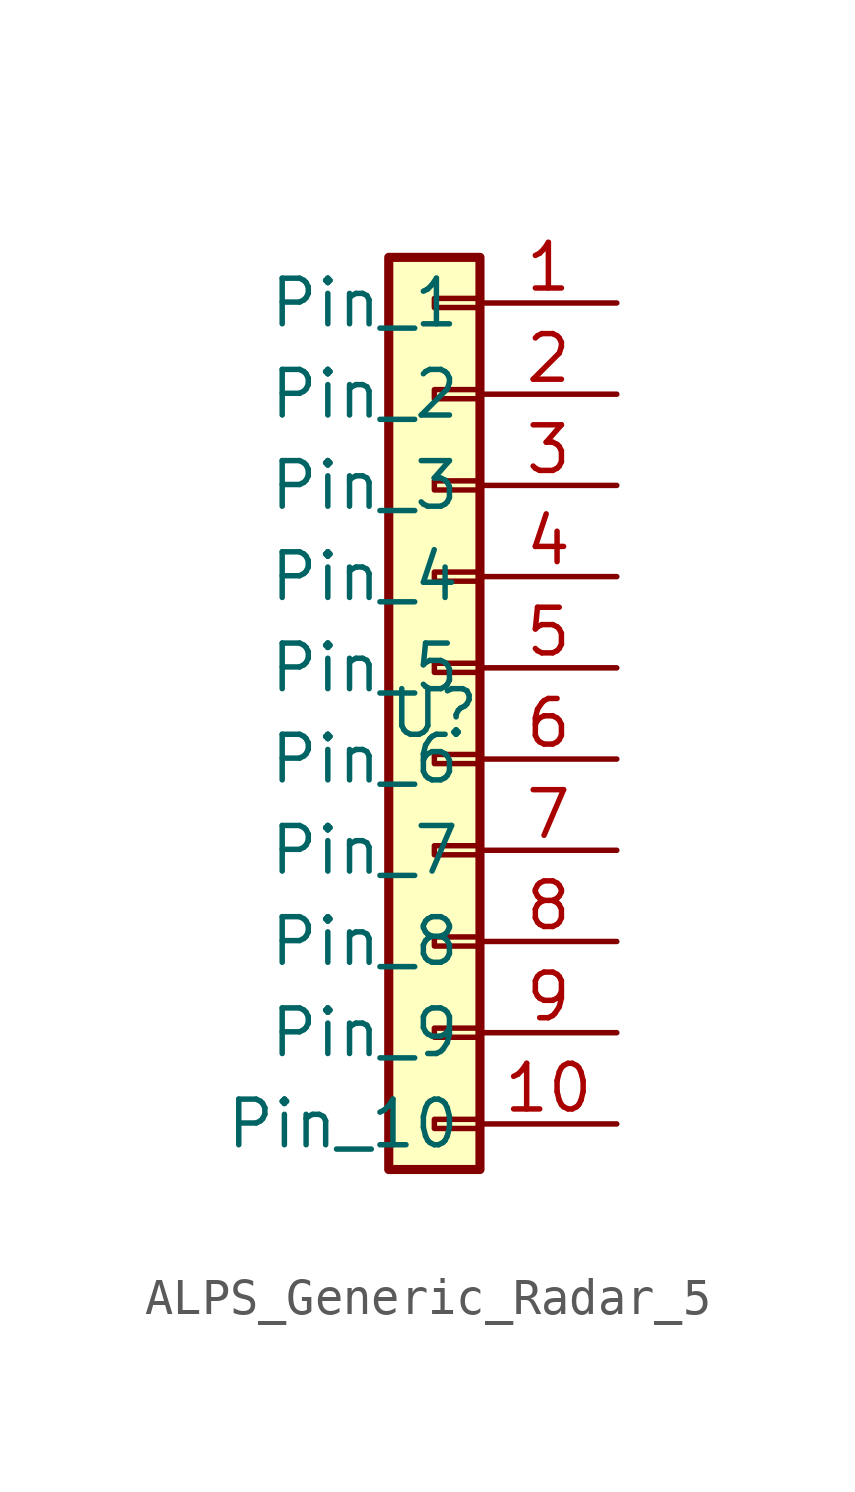
<source format=kicad_sym>
(kicad_symbol_lib
  (version 20220914)
  (generator kicad_symbol_editor)
  (symbol "ALPS_Generic_Radar_5"
    (property "Reference" "U"
      (at 0 0 0)
      (effects (font (size 1.27 1.27))))
    (property "Value" ""
      (at 0 0 0)
      (effects (font (size 1.27 1.27))))
    (property "ki_locked" ""
      (at 0 0 0)
      (effects (font (size 1.27 1.27))))
    (symbol "ALPS_Generic_Radar_5_1_1"
      (rectangle (start -1.27 -12.7) (end 1.27 12.7) (stroke (width 0.254) (type default)) (fill (type background)))
      (rectangle (start 0 -11.557) (end 1.27 -11.303) (stroke (width 0.152) (type default)) (fill (type none)))
      (rectangle (start 0 -9.017) (end 1.27 -8.763) (stroke (width 0.152) (type default)) (fill (type none)))
      (rectangle (start 0 -6.477) (end 1.27 -6.223) (stroke (width 0.152) (type default)) (fill (type none)))
      (rectangle (start 0 -3.937) (end 1.27 -3.683) (stroke (width 0.152) (type default)) (fill (type none)))
      (rectangle (start 0 -1.397) (end 1.27 -1.143) (stroke (width 0.152) (type default)) (fill (type none)))
      (rectangle (start 0 1.143) (end 1.27 1.397) (stroke (width 0.152) (type default)) (fill (type none)))
      (rectangle (start 0 3.683) (end 1.27 3.937) (stroke (width 0.152) (type default)) (fill (type none)))
      (rectangle (start 0 6.223) (end 1.27 6.477) (stroke (width 0.152) (type default)) (fill (type none)))
      (rectangle (start 0 8.763) (end 1.27 9.017) (stroke (width 0.152) (type default)) (fill (type none)))
      (rectangle (start 0 11.303) (end 1.27 11.557) (stroke (width 0.152) (type default)) (fill (type none)))
      (pin passive line (at 5.08 11.43 180) (length 3.81) (name "Pin_1" (effects (font (size 1.27 1.27)))) (number "1" (effects (font (size 1.27 1.27)))))
      (pin passive line (at 5.08 -11.43 180) (length 3.81) (name "Pin_10" (effects (font (size 1.27 1.27)))) (number "10" (effects (font (size 1.27 1.27)))))
      (pin passive line (at 5.08 8.89 180) (length 3.81) (name "Pin_2" (effects (font (size 1.27 1.27)))) (number "2" (effects (font (size 1.27 1.27)))))
      (pin passive line (at 5.08 6.35 180) (length 3.81) (name "Pin_3" (effects (font (size 1.27 1.27)))) (number "3" (effects (font (size 1.27 1.27)))))
      (pin passive line (at 5.08 3.81 180) (length 3.81) (name "Pin_4" (effects (font (size 1.27 1.27)))) (number "4" (effects (font (size 1.27 1.27)))))
      (pin passive line (at 5.08 1.27 180) (length 3.81) (name "Pin_5" (effects (font (size 1.27 1.27)))) (number "5" (effects (font (size 1.27 1.27)))))
      (pin passive line (at 5.08 -1.27 180) (length 3.81) (name "Pin_6" (effects (font (size 1.27 1.27)))) (number "6" (effects (font (size 1.27 1.27)))))
      (pin passive line (at 5.08 -3.81 180) (length 3.81) (name "Pin_7" (effects (font (size 1.27 1.27)))) (number "7" (effects (font (size 1.27 1.27)))))
      (pin passive line (at 5.08 -6.35 180) (length 3.81) (name "Pin_8" (effects (font (size 1.27 1.27)))) (number "8" (effects (font (size 1.27 1.27)))))
      (pin passive line (at 5.08 -8.89 180) (length 3.81) (name "Pin_9" (effects (font (size 1.27 1.27)))) (number "9" (effects (font (size 1.27 1.27))))))))
</source>
